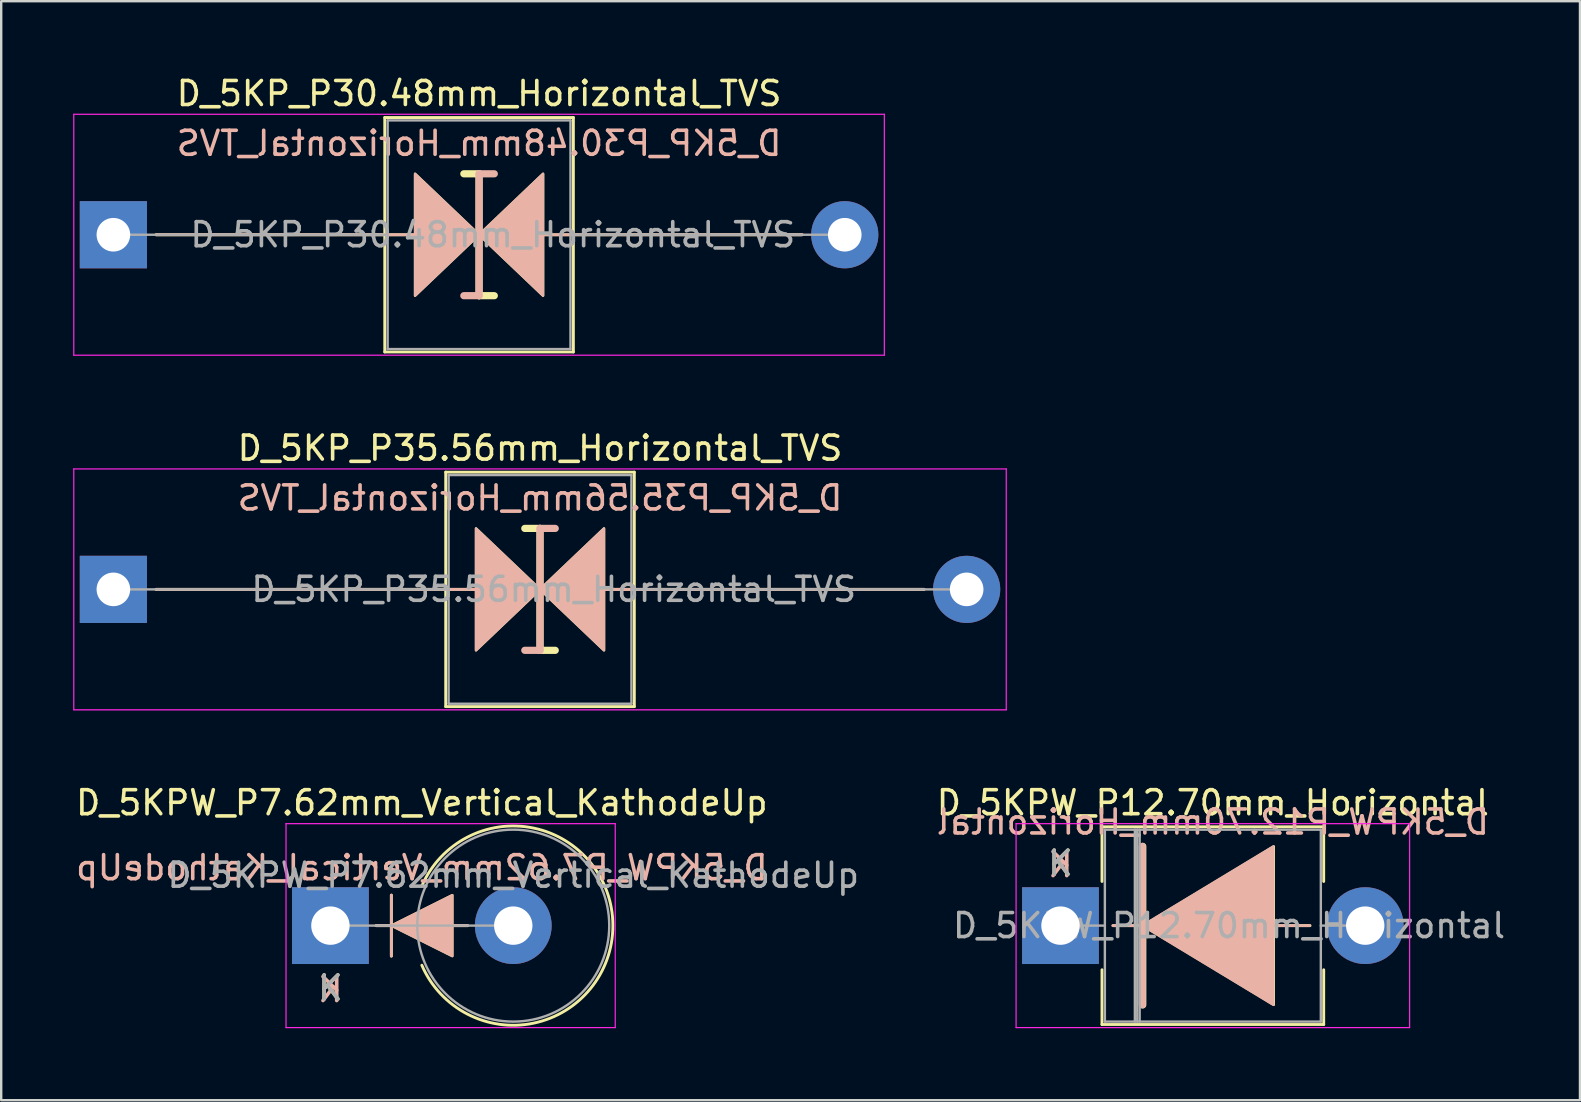
<source format=kicad_pcb>
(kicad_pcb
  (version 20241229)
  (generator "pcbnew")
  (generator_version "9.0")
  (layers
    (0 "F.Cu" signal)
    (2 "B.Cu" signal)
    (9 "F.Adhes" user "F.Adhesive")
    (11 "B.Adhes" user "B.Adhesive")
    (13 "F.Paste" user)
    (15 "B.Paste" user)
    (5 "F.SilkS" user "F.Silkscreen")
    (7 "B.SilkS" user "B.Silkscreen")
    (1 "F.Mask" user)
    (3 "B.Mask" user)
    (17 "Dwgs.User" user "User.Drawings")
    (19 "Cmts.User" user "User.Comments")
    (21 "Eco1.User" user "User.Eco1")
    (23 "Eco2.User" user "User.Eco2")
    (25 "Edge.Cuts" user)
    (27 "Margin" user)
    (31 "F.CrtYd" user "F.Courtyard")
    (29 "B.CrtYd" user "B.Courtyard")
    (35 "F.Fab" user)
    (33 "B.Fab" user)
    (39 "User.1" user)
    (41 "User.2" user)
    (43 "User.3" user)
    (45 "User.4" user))
  (footprint "D_5KPW_P7.62mm_Vertical_KathodeUp"
    (layer "F.Cu")
    (at 10.72 35.525)
    (property "Reference" "D_5KPW_P7.62mm_Vertical_KathodeUp" (at 3.81 -5.12 0) (layer "F.SilkS") (effects (font (size 1 1) (thickness 0.15))))
    (fp_line (start 1.905 0) (end 5.72 0) (stroke (width 0.12) (type solid)) (layer "F.SilkS"))
    (fp_line (start 2.54 1.27) (end 2.54 -1.27) (stroke (width 0.12) (type solid)) (layer "F.SilkS"))
    (fp_arc (start 3.810001 -1.651) (mid 11.772336 0) (end 3.810001 1.650999) (stroke (width 0.12) (type solid)) (layer "F.SilkS"))
    (fp_poly (pts (xy 5.08 1.27) (xy 2.54 0) (xy 5.08 -1.27)) (stroke (width 0.1) (type solid)) (fill yes) (layer "F.SilkS"))
    (fp_line (start 1.905 0) (end 5.72 0) (stroke (width 0.12) (type solid)) (layer "B.SilkS"))
    (fp_line (start 2.54 -1.27) (end 2.54 1.27) (stroke (width 0.12) (type solid)) (layer "B.SilkS"))
    (fp_poly (pts (xy 5.08 -1.27) (xy 2.54 0) (xy 5.08 1.27)) (stroke (width 0.1) (type solid)) (fill yes) (layer "B.SilkS"))
    (fp_line (start -1.85 -4.25) (end -1.85 4.25) (stroke (width 0.05) (type solid)) (layer "F.CrtYd"))
    (fp_line (start -1.85 4.25) (end 11.87 4.25) (stroke (width 0.05) (type solid)) (layer "F.CrtYd"))
    (fp_line (start 11.87 -4.25) (end -1.85 -4.25) (stroke (width 0.05) (type solid)) (layer "F.CrtYd"))
    (fp_line (start 11.87 4.25) (end 11.87 -4.25) (stroke (width 0.05) (type solid)) (layer "F.CrtYd"))
    (fp_line (start 0 0) (end 7.62 0) (stroke (width 0.1) (type solid)) (layer "F.Fab"))
    (fp_circle (center 7.62 0) (end 11.62 0) (stroke (width 0.1) (type solid)) (fill no) (layer "F.Fab"))
    (fp_text user "K" (at 0 2.6 0) (layer "F.SilkS") (effects (font (size 1 1) (thickness 0.15))))
    (fp_text user "K" (at 0 2.667 0) (layer "B.SilkS") (effects (font (size 1 1) (thickness 0.15)) (justify mirror)))
    (fp_text user "${REFERENCE}" (at 3.81 -2.413 0) (layer "B.SilkS") (effects (font (size 1 1) (thickness 0.15)) (justify mirror)))
    (fp_text user "K" (at 0 2.6 0) (layer "F.Fab") (effects (font (size 1 1) (thickness 0.15))))
    (fp_text user "${REFERENCE}" (at 7.62 -2.1 0) (layer "F.Fab") (effects (font (size 1 1) (thickness 0.15))))
    (pad "1" thru_hole rect (at 0 0) (size 3.2 3.2) (drill 1.6) (layers "*.Cu" "*.Mask"))
    (pad "2" thru_hole oval (at 7.62 0) (size 3.2 3.2) (drill 1.6) (layers "*.Cu" "*.Mask")))
  (footprint "D_5KP_P35.56mm_Horizontal_TVS"
    (layer "F.Cu")
    (at 1.675 21.512)
    (property "Reference" "D_5KP_P35.56mm_Horizontal_TVS" (at 17.78 -5.885 0) (layer "F.SilkS") (effects (font (size 1 1) (thickness 0.15))))
    (fp_line (start 1.778 0) (end 15.113 0) (stroke (width 0.12) (type solid)) (layer "F.SilkS"))
    (fp_line (start 13.85 -4.885) (end 13.85 4.885) (stroke (width 0.12) (type solid)) (layer "F.SilkS"))
    (fp_line (start 13.85 4.885) (end 21.71 4.885) (stroke (width 0.12) (type solid)) (layer "F.SilkS"))
    (fp_line (start 17.78 -2.54) (end 17.145 -2.54) (stroke (width 0.3) (type solid)) (layer "F.SilkS"))
    (fp_line (start 17.78 2.54) (end 17.78 -2.54) (stroke (width 0.3) (type solid)) (layer "F.SilkS"))
    (fp_line (start 18.415 2.54) (end 17.78 2.54) (stroke (width 0.3) (type solid)) (layer "F.SilkS"))
    (fp_line (start 21.71 -4.885) (end 13.85 -4.885) (stroke (width 0.12) (type solid)) (layer "F.SilkS"))
    (fp_line (start 21.71 4.885) (end 21.71 -4.885) (stroke (width 0.12) (type solid)) (layer "F.SilkS"))
    (fp_line (start 33.782 0) (end 20.447 0) (stroke (width 0.12) (type solid)) (layer "F.SilkS"))
    (fp_poly (pts (xy 17.78 0) (xy 15.113 2.54) (xy 15.113 -2.54)) (stroke (width 0.1) (type solid)) (fill yes) (layer "F.SilkS"))
    (fp_poly (pts (xy 17.78 0) (xy 20.447 -2.54) (xy 20.447 2.54)) (stroke (width 0.1) (type solid)) (fill yes) (layer "F.SilkS"))
    (fp_line (start 1.778 0) (end 15.113 0) (stroke (width 0.12) (type solid)) (layer "B.SilkS"))
    (fp_line (start 17.78 -2.54) (end 17.78 2.54) (stroke (width 0.3) (type solid)) (layer "B.SilkS"))
    (fp_line (start 17.78 2.54) (end 17.145 2.54) (stroke (width 0.3) (type solid)) (layer "B.SilkS"))
    (fp_line (start 18.415 -2.54) (end 17.78 -2.54) (stroke (width 0.3) (type solid)) (layer "B.SilkS"))
    (fp_line (start 33.782 0) (end 20.447 0) (stroke (width 0.12) (type solid)) (layer "B.SilkS"))
    (fp_poly (pts (xy 17.78 0) (xy 15.113 -2.54) (xy 15.113 2.54)) (stroke (width 0.1) (type solid)) (fill yes) (layer "B.SilkS"))
    (fp_poly (pts (xy 17.78 0) (xy 20.447 2.54) (xy 20.447 -2.54)) (stroke (width 0.1) (type solid)) (fill yes) (layer "B.SilkS"))
    (fp_line (start -1.65 -5.02) (end -1.65 5.02) (stroke (width 0.05) (type solid)) (layer "F.CrtYd"))
    (fp_line (start -1.65 5.02) (end 37.21 5.02) (stroke (width 0.05) (type solid)) (layer "F.CrtYd"))
    (fp_line (start 37.21 -5.02) (end -1.65 -5.02) (stroke (width 0.05) (type solid)) (layer "F.CrtYd"))
    (fp_line (start 37.21 5.02) (end 37.21 -5.02) (stroke (width 0.05) (type solid)) (layer "F.CrtYd"))
    (fp_line (start 0 0) (end 13.97 0) (stroke (width 0.1) (type solid)) (layer "F.Fab"))
    (fp_line (start 13.97 -4.765) (end 13.97 4.765) (stroke (width 0.1) (type solid)) (layer "F.Fab"))
    (fp_line (start 13.97 4.765) (end 21.59 4.765) (stroke (width 0.1) (type solid)) (layer "F.Fab"))
    (fp_line (start 21.59 -4.765) (end 13.97 -4.765) (stroke (width 0.1) (type solid)) (layer "F.Fab"))
    (fp_line (start 21.59 4.765) (end 21.59 -4.765) (stroke (width 0.1) (type solid)) (layer "F.Fab"))
    (fp_line (start 35.56 0) (end 21.59 0) (stroke (width 0.1) (type solid)) (layer "F.Fab"))
    (fp_text user "${REFERENCE}" (at 17.78 -3.81 0) (layer "B.SilkS") (effects (font (size 1 1) (thickness 0.15)) (justify mirror)))
    (fp_text user "${REFERENCE}" (at 18.352 0 0) (layer "F.Fab") (effects (font (size 1 1) (thickness 0.15))))
    (pad "1" thru_hole rect (at 0 0) (size 2.8 2.8) (drill 1.4) (layers "*.Cu" "*.Mask"))
    (pad "2" thru_hole oval (at 35.56 0) (size 2.8 2.8) (drill 1.4) (layers "*.Cu" "*.Mask")))
  (footprint "D_5KP_P30.48mm_Horizontal_TVS"
    (layer "F.Cu")
    (at 1.675 6.733)
    (property "Reference" "D_5KP_P30.48mm_Horizontal_TVS" (at 15.24 -5.885 0) (layer "F.SilkS") (effects (font (size 1 1) (thickness 0.15))))
    (fp_line (start 1.778 0) (end 12.573 0) (stroke (width 0.12) (type solid)) (layer "F.SilkS"))
    (fp_line (start 11.31 -4.885) (end 11.31 4.885) (stroke (width 0.12) (type solid)) (layer "F.SilkS"))
    (fp_line (start 11.31 4.885) (end 19.17 4.885) (stroke (width 0.12) (type solid)) (layer "F.SilkS"))
    (fp_line (start 15.24 -2.54) (end 14.605 -2.54) (stroke (width 0.3) (type solid)) (layer "F.SilkS"))
    (fp_line (start 15.24 2.54) (end 15.24 -2.54) (stroke (width 0.3) (type solid)) (layer "F.SilkS"))
    (fp_line (start 15.875 2.54) (end 15.24 2.54) (stroke (width 0.3) (type solid)) (layer "F.SilkS"))
    (fp_line (start 19.17 -4.885) (end 11.31 -4.885) (stroke (width 0.12) (type solid)) (layer "F.SilkS"))
    (fp_line (start 19.17 4.885) (end 19.17 -4.885) (stroke (width 0.12) (type solid)) (layer "F.SilkS"))
    (fp_line (start 28.702 0) (end 17.907 0) (stroke (width 0.12) (type solid)) (layer "F.SilkS"))
    (fp_poly (pts (xy 15.24 0) (xy 12.573 2.54) (xy 12.573 -2.54)) (stroke (width 0.1) (type solid)) (fill yes) (layer "F.SilkS"))
    (fp_poly (pts (xy 15.24 0) (xy 17.907 -2.54) (xy 17.907 2.54)) (stroke (width 0.1) (type solid)) (fill yes) (layer "F.SilkS"))
    (fp_line (start 1.778 0) (end 12.573 0) (stroke (width 0.12) (type solid)) (layer "B.SilkS"))
    (fp_line (start 15.24 -2.54) (end 15.24 2.54) (stroke (width 0.3) (type solid)) (layer "B.SilkS"))
    (fp_line (start 15.24 2.54) (end 14.605 2.54) (stroke (width 0.3) (type solid)) (layer "B.SilkS"))
    (fp_line (start 15.875 -2.54) (end 15.24 -2.54) (stroke (width 0.3) (type solid)) (layer "B.SilkS"))
    (fp_line (start 28.702 0) (end 17.907 0) (stroke (width 0.12) (type solid)) (layer "B.SilkS"))
    (fp_poly (pts (xy 15.24 0) (xy 12.573 -2.54) (xy 12.573 2.54)) (stroke (width 0.1) (type solid)) (fill yes) (layer "B.SilkS"))
    (fp_poly (pts (xy 15.24 0) (xy 17.907 2.54) (xy 17.907 -2.54)) (stroke (width 0.1) (type solid)) (fill yes) (layer "B.SilkS"))
    (fp_line (start -1.65 -5.02) (end -1.65 5.02) (stroke (width 0.05) (type solid)) (layer "F.CrtYd"))
    (fp_line (start -1.65 5.02) (end 32.13 5.02) (stroke (width 0.05) (type solid)) (layer "F.CrtYd"))
    (fp_line (start 32.13 -5.02) (end -1.65 -5.02) (stroke (width 0.05) (type solid)) (layer "F.CrtYd"))
    (fp_line (start 32.13 5.02) (end 32.13 -5.02) (stroke (width 0.05) (type solid)) (layer "F.CrtYd"))
    (fp_line (start 0 0) (end 11.43 0) (stroke (width 0.1) (type solid)) (layer "F.Fab"))
    (fp_line (start 11.43 -4.765) (end 11.43 4.765) (stroke (width 0.1) (type solid)) (layer "F.Fab"))
    (fp_line (start 11.43 4.765) (end 19.05 4.765) (stroke (width 0.1) (type solid)) (layer "F.Fab"))
    (fp_line (start 19.05 -4.765) (end 11.43 -4.765) (stroke (width 0.1) (type solid)) (layer "F.Fab"))
    (fp_line (start 19.05 4.765) (end 19.05 -4.765) (stroke (width 0.1) (type solid)) (layer "F.Fab"))
    (fp_line (start 30.48 0) (end 19.05 0) (stroke (width 0.1) (type solid)) (layer "F.Fab"))
    (fp_text user "${REFERENCE}" (at 15.24 -3.81 0) (layer "B.SilkS") (effects (font (size 1 1) (thickness 0.15)) (justify mirror)))
    (fp_text user "${REFERENCE}" (at 15.812 0 0) (layer "F.Fab") (effects (font (size 1 1) (thickness 0.15))))
    (pad "1" thru_hole rect (at 0 0) (size 2.8 2.8) (drill 1.4) (layers "*.Cu" "*.Mask"))
    (pad "2" thru_hole oval (at 30.48 0) (size 2.8 2.8) (drill 1.4) (layers "*.Cu" "*.Mask")))
  (footprint "D_5KPW_P12.70mm_Horizontal"
    (layer "F.Cu")
    (at 41.145 35.525)
    (property "Reference" "D_5KPW_P12.70mm_Horizontal" (at 6.35 -5.12 0) (layer "F.SilkS") (effects (font (size 1 1) (thickness 0.15))))
    (fp_line (start 1.73 -4.12) (end 10.97 -4.12) (stroke (width 0.12) (type solid)) (layer "F.SilkS"))
    (fp_line (start 1.73 -1.84) (end 1.73 -4.12) (stroke (width 0.12) (type solid)) (layer "F.SilkS"))
    (fp_line (start 1.73 1.84) (end 1.73 4.12) (stroke (width 0.12) (type solid)) (layer "F.SilkS"))
    (fp_line (start 1.73 4.12) (end 10.97 4.12) (stroke (width 0.12) (type solid)) (layer "F.SilkS"))
    (fp_line (start 2.2 0) (end 3.429 0) (stroke (width 0.12) (type solid)) (layer "F.SilkS"))
    (fp_line (start 3.429 -3.302) (end 3.429 3.302) (stroke (width 0.3) (type solid)) (layer "F.SilkS"))
    (fp_line (start 10.4 0) (end 8.4 0) (stroke (width 0.12) (type solid)) (layer "F.SilkS"))
    (fp_line (start 10.97 -4.12) (end 10.97 -1.84) (stroke (width 0.12) (type solid)) (layer "F.SilkS"))
    (fp_line (start 10.97 4.12) (end 10.97 1.84) (stroke (width 0.12) (type solid)) (layer "F.SilkS"))
    (fp_poly (pts (xy 8.89 3.302) (xy 3.429 0) (xy 8.89 -3.302)) (stroke (width 0.1) (type solid)) (fill yes) (layer "F.SilkS"))
    (fp_line (start 2.179 0) (end 3.409 0) (stroke (width 0.12) (type solid)) (layer "B.SilkS"))
    (fp_line (start 3.409 3.302) (end 3.409 -3.302) (stroke (width 0.3) (type solid)) (layer "B.SilkS"))
    (fp_line (start 10.38 0) (end 8.38 0) (stroke (width 0.12) (type solid)) (layer "B.SilkS"))
    (fp_poly (pts (xy 8.87 -3.302) (xy 3.409 0) (xy 8.87 3.302)) (stroke (width 0.1) (type solid)) (fill yes) (layer "B.SilkS"))
    (fp_line (start -1.85 -4.25) (end -1.85 4.25) (stroke (width 0.05) (type solid)) (layer "F.CrtYd"))
    (fp_line (start -1.85 4.25) (end 14.55 4.25) (stroke (width 0.05) (type solid)) (layer "F.CrtYd"))
    (fp_line (start 14.55 -4.25) (end -1.85 -4.25) (stroke (width 0.05) (type solid)) (layer "F.CrtYd"))
    (fp_line (start 14.55 4.25) (end 14.55 -4.25) (stroke (width 0.05) (type solid)) (layer "F.CrtYd"))
    (fp_line (start 0 0) (end 1.85 0) (stroke (width 0.1) (type solid)) (layer "F.Fab"))
    (fp_line (start 1.85 -4) (end 1.85 4) (stroke (width 0.1) (type solid)) (layer "F.Fab"))
    (fp_line (start 1.85 4) (end 10.85 4) (stroke (width 0.1) (type solid)) (layer "F.Fab"))
    (fp_line (start 3.1 -4) (end 3.1 4) (stroke (width 0.1) (type solid)) (layer "F.Fab"))
    (fp_line (start 3.2 -4) (end 3.2 4) (stroke (width 0.1) (type solid)) (layer "F.Fab"))
    (fp_line (start 3.3 -4) (end 3.3 4) (stroke (width 0.1) (type solid)) (layer "F.Fab"))
    (fp_line (start 10.85 -4) (end 1.85 -4) (stroke (width 0.1) (type solid)) (layer "F.Fab"))
    (fp_line (start 10.85 4) (end 10.85 -4) (stroke (width 0.1) (type solid)) (layer "F.Fab"))
    (fp_line (start 12.7 0) (end 10.85 0) (stroke (width 0.1) (type solid)) (layer "F.Fab"))
    (fp_text user "K" (at 0 -2.6 0) (layer "F.SilkS") (effects (font (size 1 1) (thickness 0.15))))
    (fp_text user "K" (at 0 -2.54 180) (layer "B.SilkS") (effects (font (size 1 1) (thickness 0.15)) (justify mirror)))
    (fp_text user "${REFERENCE}" (at 6.35 -4.318 0) (layer "B.SilkS") (effects (font (size 1 1) (thickness 0.15)) (justify mirror)))
    (fp_text user "K" (at 0 -2.6 0) (layer "F.Fab") (effects (font (size 1 1) (thickness 0.15))))
    (fp_text user "${REFERENCE}" (at 7.025 0 0) (layer "F.Fab") (effects (font (size 1 1) (thickness 0.15))))
    (pad "1" thru_hole rect (at 0 0) (size 3.2 3.2) (drill 1.6) (layers "*.Cu" "*.Mask"))
    (pad "2" thru_hole oval (at 12.7 0) (size 3.2 3.2) (drill 1.6) (layers "*.Cu" "*.Mask")))
  (gr_rect
    (start -3 -3)
    (end 62.795 42.8)
    (stroke (width 0.1) (type default))
    (fill no)
    (layer "Edge.Cuts")))
</source>
